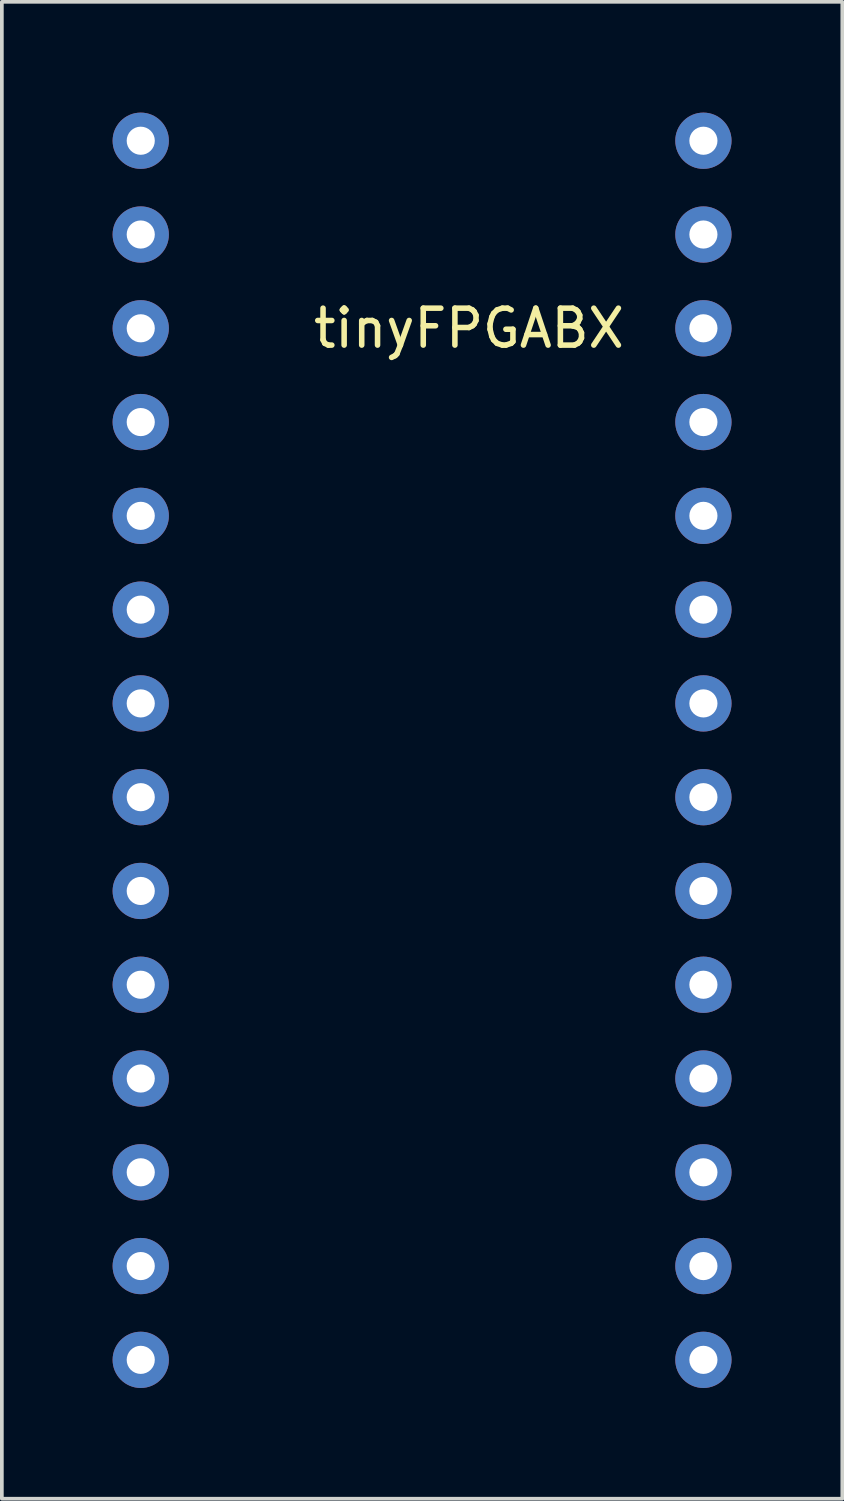
<source format=kicad_pcb>
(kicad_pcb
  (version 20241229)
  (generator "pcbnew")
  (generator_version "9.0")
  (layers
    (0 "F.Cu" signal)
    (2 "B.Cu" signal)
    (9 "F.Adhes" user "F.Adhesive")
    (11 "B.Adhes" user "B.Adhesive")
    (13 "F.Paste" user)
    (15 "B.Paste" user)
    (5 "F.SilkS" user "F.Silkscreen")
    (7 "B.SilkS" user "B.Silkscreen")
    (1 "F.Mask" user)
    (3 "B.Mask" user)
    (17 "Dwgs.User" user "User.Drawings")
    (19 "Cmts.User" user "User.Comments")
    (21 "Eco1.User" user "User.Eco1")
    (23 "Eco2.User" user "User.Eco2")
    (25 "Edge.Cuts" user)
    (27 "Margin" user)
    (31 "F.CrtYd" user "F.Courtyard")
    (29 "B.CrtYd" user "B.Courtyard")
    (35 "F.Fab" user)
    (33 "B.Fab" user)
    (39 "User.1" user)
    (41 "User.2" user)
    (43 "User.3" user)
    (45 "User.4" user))
  (footprint "tinyFPGABX"
    (layer "F.Cu")
    (at 3.302 3.302)
    (property "Reference" "tinyFPGABX" (at 6.35 2.54 0) (layer "F.SilkS") (effects (font (size 1 1) (thickness 0.15))))
    (attr through_hole)
    (pad "0" thru_hole circle (at -2.54 -2.54) (size 1.524 1.524) (drill 0.762) (layers "*.Cu" "*.Mask"))
    (pad "1" thru_hole circle (at -2.54 0) (size 1.524 1.524) (drill 0.762) (layers "*.Cu" "*.Mask"))
    (pad "2" thru_hole circle (at -2.54 2.54) (size 1.524 1.524) (drill 0.762) (layers "*.Cu" "*.Mask"))
    (pad "3" thru_hole circle (at -2.54 5.08) (size 1.524 1.524) (drill 0.762) (layers "*.Cu" "*.Mask"))
    (pad "4" thru_hole circle (at -2.54 7.62) (size 1.524 1.524) (drill 0.762) (layers "*.Cu" "*.Mask"))
    (pad "5" thru_hole circle (at -2.54 10.16) (size 1.524 1.524) (drill 0.762) (layers "*.Cu" "*.Mask"))
    (pad "6" thru_hole circle (at -2.54 12.7) (size 1.524 1.524) (drill 0.762) (layers "*.Cu" "*.Mask"))
    (pad "7" thru_hole circle (at -2.54 15.24) (size 1.524 1.524) (drill 0.762) (layers "*.Cu" "*.Mask"))
    (pad "8" thru_hole circle (at -2.54 17.78) (size 1.524 1.524) (drill 0.762) (layers "*.Cu" "*.Mask"))
    (pad "9" thru_hole circle (at -2.54 20.32) (size 1.524 1.524) (drill 0.762) (layers "*.Cu" "*.Mask"))
    (pad "10" thru_hole circle (at -2.54 22.86) (size 1.524 1.524) (drill 0.762) (layers "*.Cu" "*.Mask"))
    (pad "11" thru_hole circle (at -2.54 25.4) (size 1.524 1.524) (drill 0.762) (layers "*.Cu" "*.Mask"))
    (pad "12" thru_hole circle (at -2.54 27.94) (size 1.524 1.524) (drill 0.762) (layers "*.Cu" "*.Mask"))
    (pad "13" thru_hole circle (at -2.54 30.48) (size 1.524 1.524) (drill 0.762) (layers "*.Cu" "*.Mask"))
    (pad "14" thru_hole circle (at 12.7 30.48) (size 1.524 1.524) (drill 0.762) (layers "*.Cu" "*.Mask"))
    (pad "15" thru_hole circle (at 12.7 27.94) (size 1.524 1.524) (drill 0.762) (layers "*.Cu" "*.Mask"))
    (pad "16" thru_hole circle (at 12.7 25.4) (size 1.524 1.524) (drill 0.762) (layers "*.Cu" "*.Mask"))
    (pad "17" thru_hole circle (at 12.7 22.86) (size 1.524 1.524) (drill 0.762) (layers "*.Cu" "*.Mask"))
    (pad "18" thru_hole circle (at 12.7 20.32) (size 1.524 1.524) (drill 0.762) (layers "*.Cu" "*.Mask"))
    (pad "19" thru_hole circle (at 12.7 17.78) (size 1.524 1.524) (drill 0.762) (layers "*.Cu" "*.Mask"))
    (pad "20" thru_hole circle (at 12.7 15.24) (size 1.524 1.524) (drill 0.762) (layers "*.Cu" "*.Mask"))
    (pad "21" thru_hole circle (at 12.7 12.7) (size 1.524 1.524) (drill 0.762) (layers "*.Cu" "*.Mask"))
    (pad "22" thru_hole circle (at 12.7 10.16) (size 1.524 1.524) (drill 0.762) (layers "*.Cu" "*.Mask"))
    (pad "23" thru_hole circle (at 12.7 7.62) (size 1.524 1.524) (drill 0.762) (layers "*.Cu" "*.Mask"))
    (pad "24" thru_hole circle (at 12.7 5.08) (size 1.524 1.524) (drill 0.762) (layers "*.Cu" "*.Mask"))
    (pad "25" thru_hole circle (at 12.7 2.54) (size 1.524 1.524) (drill 0.762) (layers "*.Cu" "*.Mask"))
    (pad "26" thru_hole circle (at 12.7 0) (size 1.524 1.524) (drill 0.762) (layers "*.Cu" "*.Mask"))
    (pad "27" thru_hole circle (at 12.7 -2.54) (size 1.524 1.524) (drill 0.762) (layers "*.Cu" "*.Mask")))
  (gr_rect
    (start -3 -3)
    (end 19.764 37.544)
    (stroke (width 0.1) (type default))
    (fill no)
    (layer "Edge.Cuts")))
</source>
